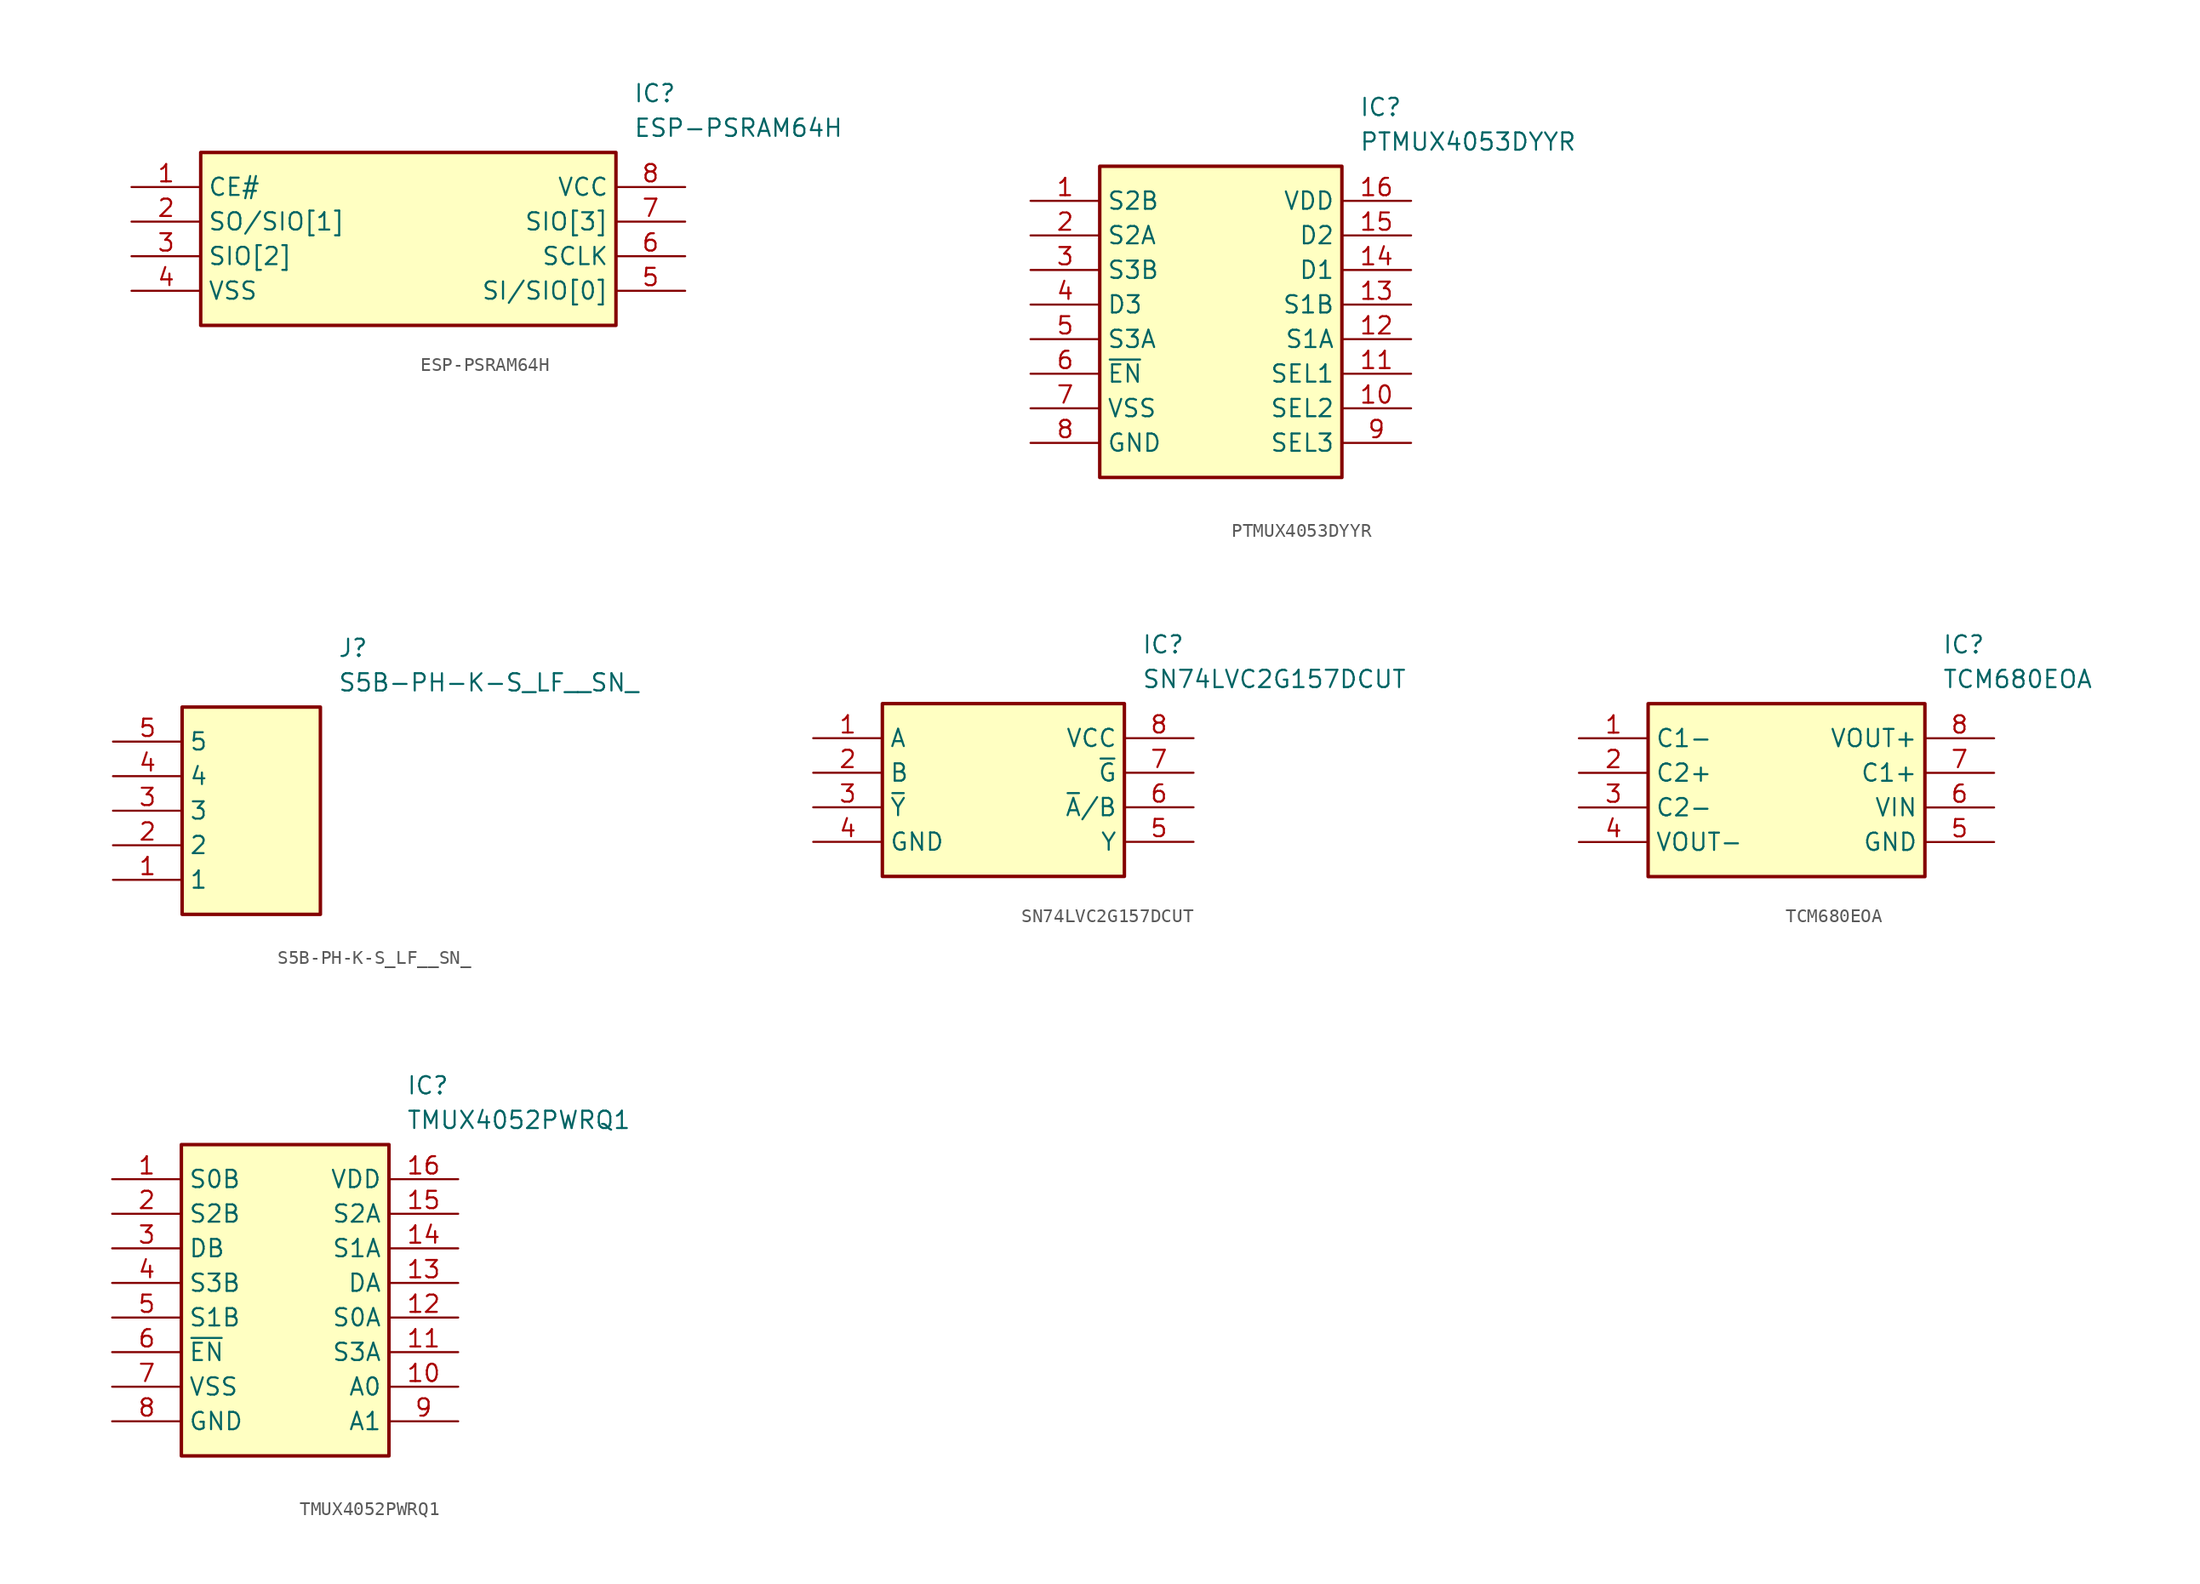
<source format=kicad_sym>
(kicad_symbol_lib
  (version 20220914)
  (generator SamacSys_ECAD_Model)
  (symbol "ESP-PSRAM64H"
    (property "Reference" "IC"
      (at 36.83 7.62 0)
      (effects (font (size 1.27 1.27)) (justify left top)))
    (property "Value" "ESP-PSRAM64H"
      (at 36.83 5.08 0)
      (effects (font (size 1.27 1.27)) (justify left top)))
    (rectangle
      (start 5.08 2.54)
      (end 35.56 -10.16)
      (stroke (width 0.254) (type default))
      (fill (type background)))
    (pin input line
      (at 0 0 0)
      (length 5.08)
      (name "CE#" (effects (font (size 1.27 1.27))))
      (number "1" (effects (font (size 1.27 1.27)))))
    (pin bidirectional line
      (at 0 -2.54 0)
      (length 5.08)
      (name "SO/SIO[1]" (effects (font (size 1.27 1.27))))
      (number "2" (effects (font (size 1.27 1.27)))))
    (pin bidirectional line
      (at 0 -5.08 0)
      (length 5.08)
      (name "SIO[2]" (effects (font (size 1.27 1.27))))
      (number "3" (effects (font (size 1.27 1.27)))))
    (pin power_in line
      (at 0 -7.62 0)
      (length 5.08)
      (name "VSS" (effects (font (size 1.27 1.27))))
      (number "4" (effects (font (size 1.27 1.27)))))
    (pin power_in line
      (at 40.64 0 180)
      (length 5.08)
      (name "VCC" (effects (font (size 1.27 1.27))))
      (number "8" (effects (font (size 1.27 1.27)))))
    (pin bidirectional line
      (at 40.64 -2.54 180)
      (length 5.08)
      (name "SIO[3]" (effects (font (size 1.27 1.27))))
      (number "7" (effects (font (size 1.27 1.27)))))
    (pin input line
      (at 40.64 -5.08 180)
      (length 5.08)
      (name "SCLK" (effects (font (size 1.27 1.27))))
      (number "6" (effects (font (size 1.27 1.27)))))
    (pin bidirectional line
      (at 40.64 -7.62 180)
      (length 5.08)
      (name "SI/SIO[0]" (effects (font (size 1.27 1.27))))
      (number "5" (effects (font (size 1.27 1.27))))))
  (symbol "PTMUX4053DYYR"
    (property "Reference" "IC"
      (at 24.13 7.62 0)
      (effects (font (size 1.27 1.27)) (justify left top)))
    (property "Value" "PTMUX4053DYYR"
      (at 24.13 5.08 0)
      (effects (font (size 1.27 1.27)) (justify left top)))
    (rectangle
      (start 5.08 2.54)
      (end 22.86 -20.32)
      (stroke (width 0.254) (type default))
      (fill (type background)))
    (pin passive line
      (at 0 0 0)
      (length 5.08)
      (name "S2B" (effects (font (size 1.27 1.27))))
      (number "1" (effects (font (size 1.27 1.27)))))
    (pin passive line
      (at 0 -2.54 0)
      (length 5.08)
      (name "S2A" (effects (font (size 1.27 1.27))))
      (number "2" (effects (font (size 1.27 1.27)))))
    (pin passive line
      (at 0 -5.08 0)
      (length 5.08)
      (name "S3B" (effects (font (size 1.27 1.27))))
      (number "3" (effects (font (size 1.27 1.27)))))
    (pin passive line
      (at 0 -7.62 0)
      (length 5.08)
      (name "D3" (effects (font (size 1.27 1.27))))
      (number "4" (effects (font (size 1.27 1.27)))))
    (pin passive line
      (at 0 -10.16 0)
      (length 5.08)
      (name "S3A" (effects (font (size 1.27 1.27))))
      (number "5" (effects (font (size 1.27 1.27)))))
    (pin passive line
      (at 0 -12.7 0)
      (length 5.08)
      (name "~{EN}" (effects (font (size 1.27 1.27))))
      (number "6" (effects (font (size 1.27 1.27)))))
    (pin passive line
      (at 0 -15.24 0)
      (length 5.08)
      (name "VSS" (effects (font (size 1.27 1.27))))
      (number "7" (effects (font (size 1.27 1.27)))))
    (pin passive line
      (at 0 -17.78 0)
      (length 5.08)
      (name "GND" (effects (font (size 1.27 1.27))))
      (number "8" (effects (font (size 1.27 1.27)))))
    (pin passive line
      (at 27.94 0 180)
      (length 5.08)
      (name "VDD" (effects (font (size 1.27 1.27))))
      (number "16" (effects (font (size 1.27 1.27)))))
    (pin passive line
      (at 27.94 -2.54 180)
      (length 5.08)
      (name "D2" (effects (font (size 1.27 1.27))))
      (number "15" (effects (font (size 1.27 1.27)))))
    (pin passive line
      (at 27.94 -5.08 180)
      (length 5.08)
      (name "D1" (effects (font (size 1.27 1.27))))
      (number "14" (effects (font (size 1.27 1.27)))))
    (pin passive line
      (at 27.94 -7.62 180)
      (length 5.08)
      (name "S1B" (effects (font (size 1.27 1.27))))
      (number "13" (effects (font (size 1.27 1.27)))))
    (pin passive line
      (at 27.94 -10.16 180)
      (length 5.08)
      (name "S1A" (effects (font (size 1.27 1.27))))
      (number "12" (effects (font (size 1.27 1.27)))))
    (pin passive line
      (at 27.94 -12.7 180)
      (length 5.08)
      (name "SEL1" (effects (font (size 1.27 1.27))))
      (number "11" (effects (font (size 1.27 1.27)))))
    (pin passive line
      (at 27.94 -15.24 180)
      (length 5.08)
      (name "SEL2" (effects (font (size 1.27 1.27))))
      (number "10" (effects (font (size 1.27 1.27)))))
    (pin passive line
      (at 27.94 -17.78 180)
      (length 5.08)
      (name "SEL3" (effects (font (size 1.27 1.27))))
      (number "9" (effects (font (size 1.27 1.27))))))
  (symbol "S5B-PH-K-S_LF__SN_"
    (property "Reference" "J"
      (at 16.51 7.62 0)
      (effects (font (size 1.27 1.27)) (justify left top)))
    (property "Value" "S5B-PH-K-S_LF__SN_"
      (at 16.51 5.08 0)
      (effects (font (size 1.27 1.27)) (justify left top)))
    (rectangle
      (start 5.08 2.54)
      (end 15.24 -12.7)
      (stroke (width 0.254) (type default))
      (fill (type background)))
    (pin passive line
      (at 0 -10.16 0)
      (length 5.08)
      (name "1" (effects (font (size 1.27 1.27))))
      (number "1" (effects (font (size 1.27 1.27)))))
    (pin passive line
      (at 0 -7.62 0)
      (length 5.08)
      (name "2" (effects (font (size 1.27 1.27))))
      (number "2" (effects (font (size 1.27 1.27)))))
    (pin passive line
      (at 0 -5.08 0)
      (length 5.08)
      (name "3" (effects (font (size 1.27 1.27))))
      (number "3" (effects (font (size 1.27 1.27)))))
    (pin passive line
      (at 0 -2.54 0)
      (length 5.08)
      (name "4" (effects (font (size 1.27 1.27))))
      (number "4" (effects (font (size 1.27 1.27)))))
    (pin passive line
      (at 0 0 0)
      (length 5.08)
      (name "5" (effects (font (size 1.27 1.27))))
      (number "5" (effects (font (size 1.27 1.27))))))
  (symbol "SN74LVC2G157DCUT"
    (property "Reference" "IC"
      (at 24.13 7.62 0)
      (effects (font (size 1.27 1.27)) (justify left top)))
    (property "Value" "SN74LVC2G157DCUT"
      (at 24.13 5.08 0)
      (effects (font (size 1.27 1.27)) (justify left top)))
    (rectangle
      (start 5.08 2.54)
      (end 22.86 -10.16)
      (stroke (width 0.254) (type default))
      (fill (type background)))
    (pin passive line
      (at 0 0 0)
      (length 5.08)
      (name "A" (effects (font (size 1.27 1.27))))
      (number "1" (effects (font (size 1.27 1.27)))))
    (pin passive line
      (at 0 -2.54 0)
      (length 5.08)
      (name "B" (effects (font (size 1.27 1.27))))
      (number "2" (effects (font (size 1.27 1.27)))))
    (pin passive line
      (at 0 -5.08 0)
      (length 5.08)
      (name "~{Y}" (effects (font (size 1.27 1.27))))
      (number "3" (effects (font (size 1.27 1.27)))))
    (pin passive line
      (at 0 -7.62 0)
      (length 5.08)
      (name "GND" (effects (font (size 1.27 1.27))))
      (number "4" (effects (font (size 1.27 1.27)))))
    (pin passive line
      (at 27.94 0 180)
      (length 5.08)
      (name "VCC" (effects (font (size 1.27 1.27))))
      (number "8" (effects (font (size 1.27 1.27)))))
    (pin passive line
      (at 27.94 -2.54 180)
      (length 5.08)
      (name "~{G}" (effects (font (size 1.27 1.27))))
      (number "7" (effects (font (size 1.27 1.27)))))
    (pin passive line
      (at 27.94 -5.08 180)
      (length 5.08)
      (name "~{A}/B" (effects (font (size 1.27 1.27))))
      (number "6" (effects (font (size 1.27 1.27)))))
    (pin passive line
      (at 27.94 -7.62 180)
      (length 5.08)
      (name "Y" (effects (font (size 1.27 1.27))))
      (number "5" (effects (font (size 1.27 1.27))))))
  (symbol "TCM680EOA"
    (property "Reference" "IC"
      (at 26.67 7.62 0)
      (effects (font (size 1.27 1.27)) (justify left top)))
    (property "Value" "TCM680EOA"
      (at 26.67 5.08 0)
      (effects (font (size 1.27 1.27)) (justify left top)))
    (rectangle
      (start 5.08 2.54)
      (end 25.4 -10.16)
      (stroke (width 0.254) (type default))
      (fill (type background)))
    (pin passive line
      (at 0 0 0)
      (length 5.08)
      (name "C1-" (effects (font (size 1.27 1.27))))
      (number "1" (effects (font (size 1.27 1.27)))))
    (pin passive line
      (at 0 -2.54 0)
      (length 5.08)
      (name "C2+" (effects (font (size 1.27 1.27))))
      (number "2" (effects (font (size 1.27 1.27)))))
    (pin passive line
      (at 0 -5.08 0)
      (length 5.08)
      (name "C2-" (effects (font (size 1.27 1.27))))
      (number "3" (effects (font (size 1.27 1.27)))))
    (pin passive line
      (at 0 -7.62 0)
      (length 5.08)
      (name "VOUT-" (effects (font (size 1.27 1.27))))
      (number "4" (effects (font (size 1.27 1.27)))))
    (pin passive line
      (at 30.48 0 180)
      (length 5.08)
      (name "VOUT+" (effects (font (size 1.27 1.27))))
      (number "8" (effects (font (size 1.27 1.27)))))
    (pin passive line
      (at 30.48 -2.54 180)
      (length 5.08)
      (name "C1+" (effects (font (size 1.27 1.27))))
      (number "7" (effects (font (size 1.27 1.27)))))
    (pin passive line
      (at 30.48 -5.08 180)
      (length 5.08)
      (name "VIN" (effects (font (size 1.27 1.27))))
      (number "6" (effects (font (size 1.27 1.27)))))
    (pin passive line
      (at 30.48 -7.62 180)
      (length 5.08)
      (name "GND" (effects (font (size 1.27 1.27))))
      (number "5" (effects (font (size 1.27 1.27))))))
  (symbol "TMUX4052PWRQ1"
    (property "Reference" "IC"
      (at 21.59 7.62 0)
      (effects (font (size 1.27 1.27)) (justify left top)))
    (property "Value" "TMUX4052PWRQ1"
      (at 21.59 5.08 0)
      (effects (font (size 1.27 1.27)) (justify left top)))
    (rectangle
      (start 5.08 2.54)
      (end 20.32 -20.32)
      (stroke (width 0.254) (type default))
      (fill (type background)))
    (pin passive line
      (at 0 0 0)
      (length 5.08)
      (name "S0B" (effects (font (size 1.27 1.27))))
      (number "1" (effects (font (size 1.27 1.27)))))
    (pin passive line
      (at 0 -2.54 0)
      (length 5.08)
      (name "S2B" (effects (font (size 1.27 1.27))))
      (number "2" (effects (font (size 1.27 1.27)))))
    (pin passive line
      (at 0 -5.08 0)
      (length 5.08)
      (name "DB" (effects (font (size 1.27 1.27))))
      (number "3" (effects (font (size 1.27 1.27)))))
    (pin passive line
      (at 0 -7.62 0)
      (length 5.08)
      (name "S3B" (effects (font (size 1.27 1.27))))
      (number "4" (effects (font (size 1.27 1.27)))))
    (pin passive line
      (at 0 -10.16 0)
      (length 5.08)
      (name "S1B" (effects (font (size 1.27 1.27))))
      (number "5" (effects (font (size 1.27 1.27)))))
    (pin passive line
      (at 0 -12.7 0)
      (length 5.08)
      (name "~{EN}" (effects (font (size 1.27 1.27))))
      (number "6" (effects (font (size 1.27 1.27)))))
    (pin passive line
      (at 0 -15.24 0)
      (length 5.08)
      (name "VSS" (effects (font (size 1.27 1.27))))
      (number "7" (effects (font (size 1.27 1.27)))))
    (pin passive line
      (at 0 -17.78 0)
      (length 5.08)
      (name "GND" (effects (font (size 1.27 1.27))))
      (number "8" (effects (font (size 1.27 1.27)))))
    (pin passive line
      (at 25.4 0 180)
      (length 5.08)
      (name "VDD" (effects (font (size 1.27 1.27))))
      (number "16" (effects (font (size 1.27 1.27)))))
    (pin passive line
      (at 25.4 -2.54 180)
      (length 5.08)
      (name "S2A" (effects (font (size 1.27 1.27))))
      (number "15" (effects (font (size 1.27 1.27)))))
    (pin passive line
      (at 25.4 -5.08 180)
      (length 5.08)
      (name "S1A" (effects (font (size 1.27 1.27))))
      (number "14" (effects (font (size 1.27 1.27)))))
    (pin passive line
      (at 25.4 -7.62 180)
      (length 5.08)
      (name "DA" (effects (font (size 1.27 1.27))))
      (number "13" (effects (font (size 1.27 1.27)))))
    (pin passive line
      (at 25.4 -10.16 180)
      (length 5.08)
      (name "S0A" (effects (font (size 1.27 1.27))))
      (number "12" (effects (font (size 1.27 1.27)))))
    (pin passive line
      (at 25.4 -12.7 180)
      (length 5.08)
      (name "S3A" (effects (font (size 1.27 1.27))))
      (number "11" (effects (font (size 1.27 1.27)))))
    (pin passive line
      (at 25.4 -15.24 180)
      (length 5.08)
      (name "A0" (effects (font (size 1.27 1.27))))
      (number "10" (effects (font (size 1.27 1.27)))))
    (pin passive line
      (at 25.4 -17.78 180)
      (length 5.08)
      (name "A1" (effects (font (size 1.27 1.27))))
      (number "9" (effects (font (size 1.27 1.27)))))))
</source>
